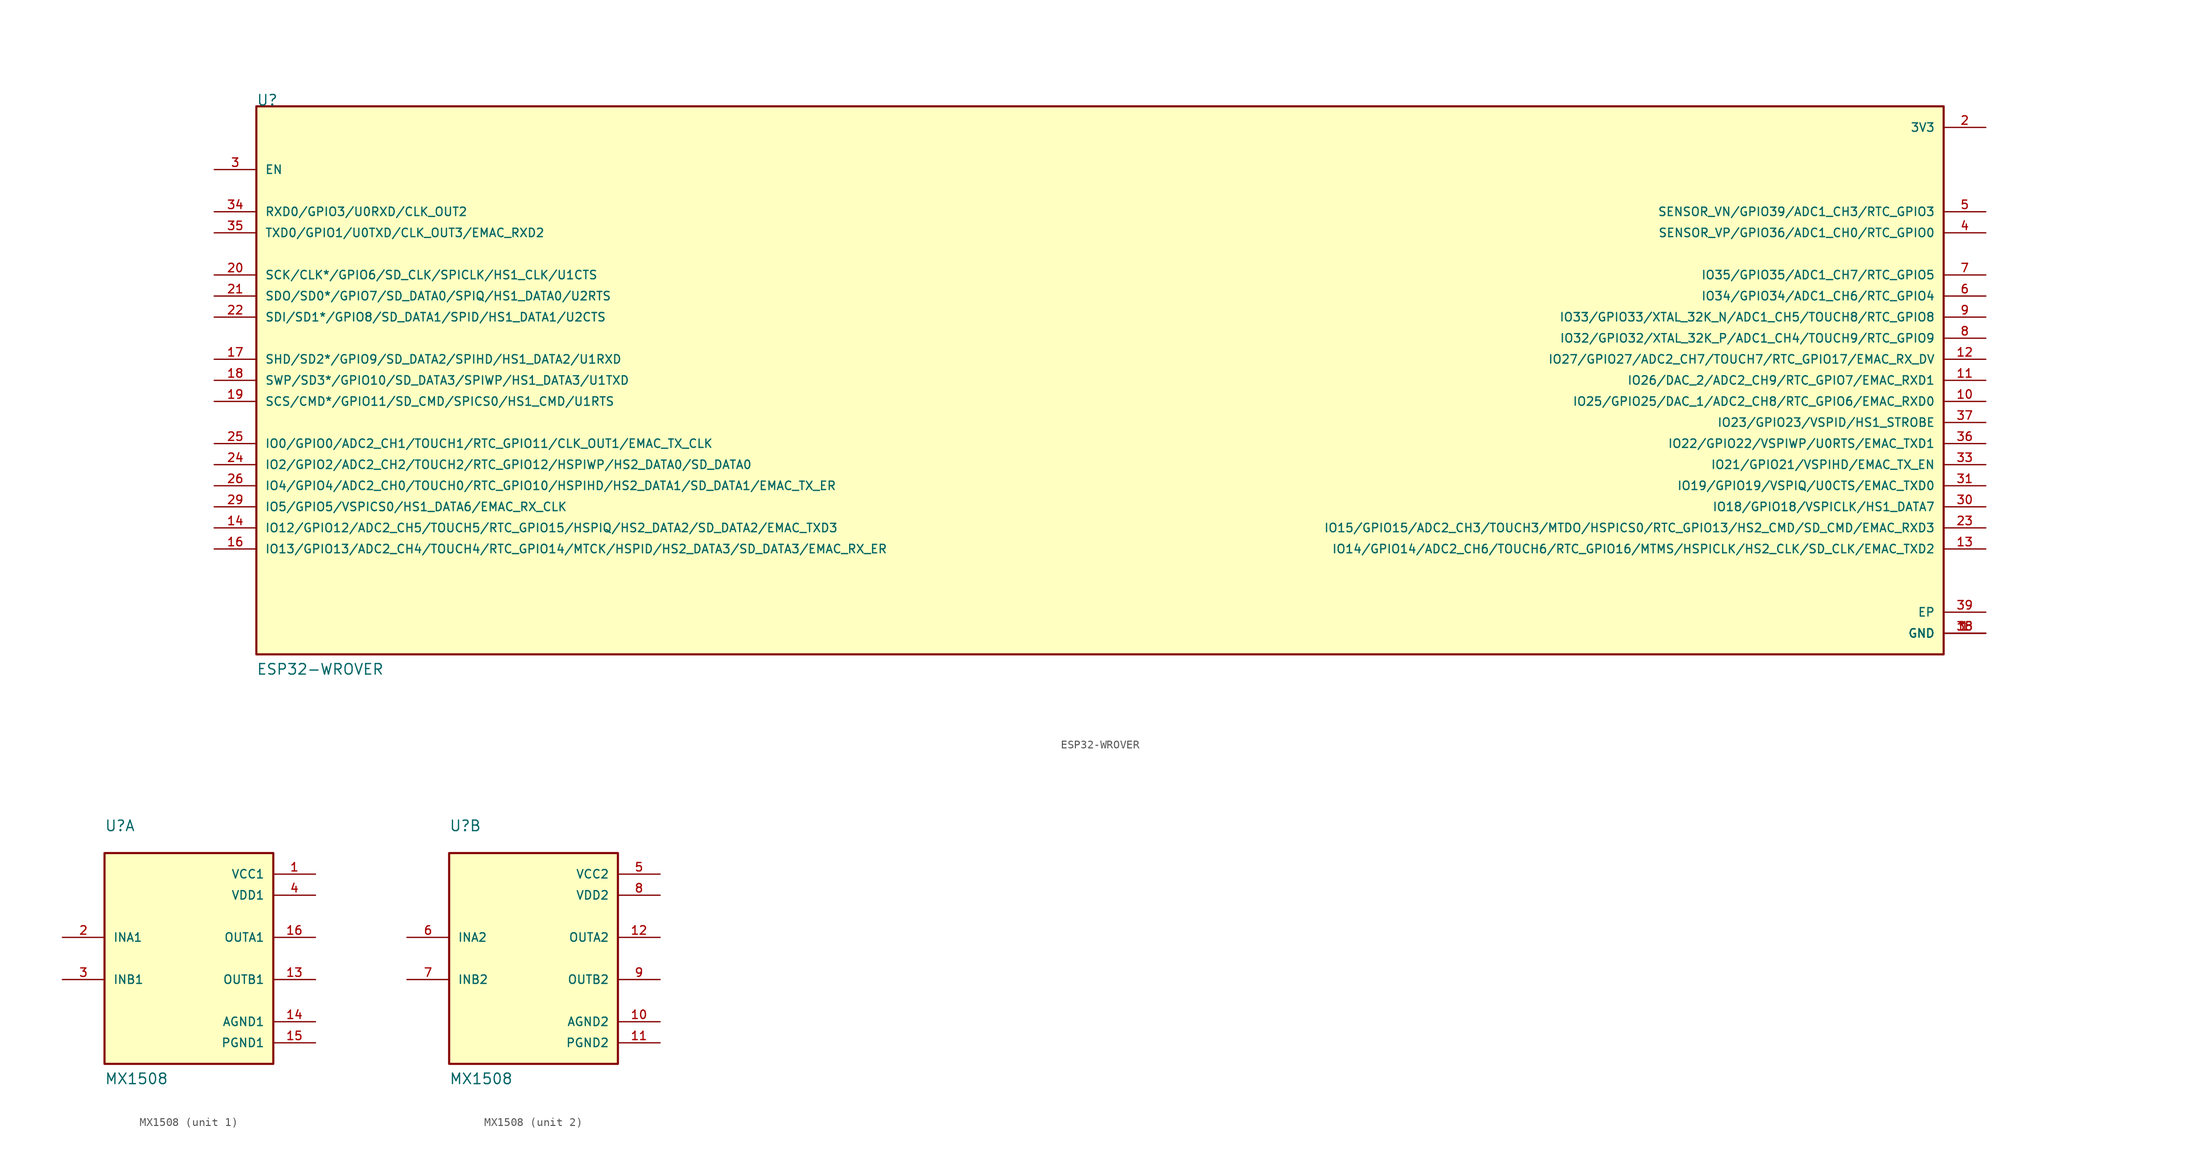
<source format=kicad_sym>
(kicad_symbol_lib
  (version 20211014)
  (generator kicad_symbol_editor)
  (symbol "ESP32-WROVER"
    (pin_names
      (offset 1.016))
    (property "Reference" "U"
      (at -101.6 33.02 0)
      (effects (font (size 1.27 1.27)) (justify left bottom)))
    (property "Value" "ESP32-WROVER"
      (at -101.6 -35.56 0)
      (effects (font (size 1.27 1.27)) (justify left bottom)))
    (property "ki_locked" ""
      (at 0 0 0)
      (effects (font (size 1.27 1.27))))
    (symbol "ESP32-WROVER_0_0"
      (rectangle (start -101.6 -33.02) (end 101.6 33.02) (stroke (width 0.254) (type default) (color 0 0 0 0)) (fill (type background)))
      (pin power_in line (at 106.68 -30.48 180) (length 5.08) (name "GND" (effects (font (size 1.016 1.016)))) (number "1" (effects (font (size 1.016 1.016)))))
      (pin bidirectional line (at 106.68 -2.54 180) (length 5.08) (name "IO25/GPIO25/DAC_1/ADC2_CH8/RTC_GPIO6/EMAC_RXD0" (effects (font (size 1.016 1.016)))) (number "10" (effects (font (size 1.016 1.016)))))
      (pin bidirectional line (at 106.68 0 180) (length 5.08) (name "IO26/DAC_2/ADC2_CH9/RTC_GPIO7/EMAC_RXD1" (effects (font (size 1.016 1.016)))) (number "11" (effects (font (size 1.016 1.016)))))
      (pin bidirectional line (at 106.68 2.54 180) (length 5.08) (name "IO27/GPIO27/ADC2_CH7/TOUCH7/RTC_GPIO17/EMAC_RX_DV" (effects (font (size 1.016 1.016)))) (number "12" (effects (font (size 1.016 1.016)))))
      (pin bidirectional line (at 106.68 -20.32 180) (length 5.08) (name "IO14/GPIO14/ADC2_CH6/TOUCH6/RTC_GPIO16/MTMS/HSPICLK/HS2_CLK/SD_CLK/EMAC_TXD2" (effects (font (size 1.016 1.016)))) (number "13" (effects (font (size 1.016 1.016)))))
      (pin bidirectional line (at -106.68 -17.78 0) (length 5.08) (name "IO12/GPIO12/ADC2_CH5/TOUCH5/RTC_GPIO15/HSPIQ/HS2_DATA2/SD_DATA2/EMAC_TXD3" (effects (font (size 1.016 1.016)))) (number "14" (effects (font (size 1.016 1.016)))))
      (pin power_in line (at 106.68 -30.48 180) (length 5.08) (name "GND" (effects (font (size 1.016 1.016)))) (number "15" (effects (font (size 1.016 1.016)))))
      (pin bidirectional line (at -106.68 -20.32 0) (length 5.08) (name "IO13/GPIO13/ADC2_CH4/TOUCH4/RTC_GPIO14/MTCK/HSPID/HS2_DATA3/SD_DATA3/EMAC_RX_ER" (effects (font (size 1.016 1.016)))) (number "16" (effects (font (size 1.016 1.016)))))
      (pin bidirectional line (at -106.68 2.54 0) (length 5.08) (name "SHD/SD2*/GPIO9/SD_DATA2/SPIHD/HS1_DATA2/U1RXD" (effects (font (size 1.016 1.016)))) (number "17" (effects (font (size 1.016 1.016)))))
      (pin bidirectional line (at -106.68 0 0) (length 5.08) (name "SWP/SD3*/GPIO10/SD_DATA3/SPIWP/HS1_DATA3/U1TXD" (effects (font (size 1.016 1.016)))) (number "18" (effects (font (size 1.016 1.016)))))
      (pin bidirectional line (at -106.68 -2.54 0) (length 5.08) (name "SCS/CMD*/GPIO11/SD_CMD/SPICS0/HS1_CMD/U1RTS" (effects (font (size 1.016 1.016)))) (number "19" (effects (font (size 1.016 1.016)))))
      (pin power_in line (at 106.68 30.48 180) (length 5.08) (name "3V3" (effects (font (size 1.016 1.016)))) (number "2" (effects (font (size 1.016 1.016)))))
      (pin bidirectional line (at -106.68 12.7 0) (length 5.08) (name "SCK/CLK*/GPIO6/SD_CLK/SPICLK/HS1_CLK/U1CTS" (effects (font (size 1.016 1.016)))) (number "20" (effects (font (size 1.016 1.016)))))
      (pin bidirectional line (at -106.68 10.16 0) (length 5.08) (name "SDO/SD0*/GPIO7/SD_DATA0/SPIQ/HS1_DATA0/U2RTS" (effects (font (size 1.016 1.016)))) (number "21" (effects (font (size 1.016 1.016)))))
      (pin bidirectional line (at -106.68 7.62 0) (length 5.08) (name "SDI/SD1*/GPIO8/SD_DATA1/SPID/HS1_DATA1/U2CTS" (effects (font (size 1.016 1.016)))) (number "22" (effects (font (size 1.016 1.016)))))
      (pin bidirectional line (at 106.68 -17.78 180) (length 5.08) (name "IO15/GPIO15/ADC2_CH3/TOUCH3/MTDO/HSPICS0/RTC_GPIO13/HS2_CMD/SD_CMD/EMAC_RXD3" (effects (font (size 1.016 1.016)))) (number "23" (effects (font (size 1.016 1.016)))))
      (pin bidirectional line (at -106.68 -10.16 0) (length 5.08) (name "IO2/GPIO2/ADC2_CH2/TOUCH2/RTC_GPIO12/HSPIWP/HS2_DATA0/SD_DATA0" (effects (font (size 1.016 1.016)))) (number "24" (effects (font (size 1.016 1.016)))))
      (pin bidirectional line (at -106.68 -7.62 0) (length 5.08) (name "IO0/GPIO0/ADC2_CH1/TOUCH1/RTC_GPIO11/CLK_OUT1/EMAC_TX_CLK" (effects (font (size 1.016 1.016)))) (number "25" (effects (font (size 1.016 1.016)))))
      (pin bidirectional line (at -106.68 -12.7 0) (length 5.08) (name "IO4/GPIO4/ADC2_CH0/TOUCH0/RTC_GPIO10/HSPIHD/HS2_DATA1/SD_DATA1/EMAC_TX_ER" (effects (font (size 1.016 1.016)))) (number "26" (effects (font (size 1.016 1.016)))))
      (pin bidirectional line (at -106.68 -15.24 0) (length 5.08) (name "IO5/GPIO5/VSPICS0/HS1_DATA6/EMAC_RX_CLK" (effects (font (size 1.016 1.016)))) (number "29" (effects (font (size 1.016 1.016)))))
      (pin input line (at -106.68 25.4 0) (length 5.08) (name "EN" (effects (font (size 1.016 1.016)))) (number "3" (effects (font (size 1.016 1.016)))))
      (pin bidirectional line (at 106.68 -15.24 180) (length 5.08) (name "IO18/GPIO18/VSPICLK/HS1_DATA7" (effects (font (size 1.016 1.016)))) (number "30" (effects (font (size 1.016 1.016)))))
      (pin bidirectional line (at 106.68 -12.7 180) (length 5.08) (name "IO19/GPIO19/VSPIQ/U0CTS/EMAC_TXD0" (effects (font (size 1.016 1.016)))) (number "31" (effects (font (size 1.016 1.016)))))
      (pin bidirectional line (at 106.68 -10.16 180) (length 5.08) (name "IO21/GPIO21/VSPIHD/EMAC_TX_EN" (effects (font (size 1.016 1.016)))) (number "33" (effects (font (size 1.016 1.016)))))
      (pin bidirectional line (at -106.68 20.32 0) (length 5.08) (name "RXD0/GPIO3/U0RXD/CLK_OUT2" (effects (font (size 1.016 1.016)))) (number "34" (effects (font (size 1.016 1.016)))))
      (pin bidirectional line (at -106.68 17.78 0) (length 5.08) (name "TXD0/GPIO1/U0TXD/CLK_OUT3/EMAC_RXD2" (effects (font (size 1.016 1.016)))) (number "35" (effects (font (size 1.016 1.016)))))
      (pin bidirectional line (at 106.68 -7.62 180) (length 5.08) (name "IO22/GPIO22/VSPIWP/U0RTS/EMAC_TXD1" (effects (font (size 1.016 1.016)))) (number "36" (effects (font (size 1.016 1.016)))))
      (pin bidirectional line (at 106.68 -5.08 180) (length 5.08) (name "IO23/GPIO23/VSPID/HS1_STROBE" (effects (font (size 1.016 1.016)))) (number "37" (effects (font (size 1.016 1.016)))))
      (pin power_in line (at 106.68 -30.48 180) (length 5.08) (name "GND" (effects (font (size 1.016 1.016)))) (number "38" (effects (font (size 1.016 1.016)))))
      (pin power_in line (at 106.68 -27.94 180) (length 5.08) (name "EP" (effects (font (size 1.016 1.016)))) (number "39" (effects (font (size 1.016 1.016)))))
      (pin bidirectional line (at 106.68 17.78 180) (length 5.08) (name "SENSOR_VP/GPIO36/ADC1_CH0/RTC_GPIO0" (effects (font (size 1.016 1.016)))) (number "4" (effects (font (size 1.016 1.016)))))
      (pin bidirectional line (at 106.68 20.32 180) (length 5.08) (name "SENSOR_VN/GPIO39/ADC1_CH3/RTC_GPIO3" (effects (font (size 1.016 1.016)))) (number "5" (effects (font (size 1.016 1.016)))))
      (pin bidirectional line (at 106.68 10.16 180) (length 5.08) (name "IO34/GPIO34/ADC1_CH6/RTC_GPIO4" (effects (font (size 1.016 1.016)))) (number "6" (effects (font (size 1.016 1.016)))))
      (pin bidirectional line (at 106.68 12.7 180) (length 5.08) (name "IO35/GPIO35/ADC1_CH7/RTC_GPIO5" (effects (font (size 1.016 1.016)))) (number "7" (effects (font (size 1.016 1.016)))))
      (pin bidirectional line (at 106.68 5.08 180) (length 5.08) (name "IO32/GPIO32/XTAL_32K_P/ADC1_CH4/TOUCH9/RTC_GPIO9" (effects (font (size 1.016 1.016)))) (number "8" (effects (font (size 1.016 1.016)))))
      (pin bidirectional line (at 106.68 7.62 180) (length 5.08) (name "IO33/GPIO33/XTAL_32K_N/ADC1_CH5/TOUCH8/RTC_GPIO8" (effects (font (size 1.016 1.016)))) (number "9" (effects (font (size 1.016 1.016)))))))
  (symbol "MX1508"
    (pin_names
      (offset 1.016))
    (property "Reference" "U"
      (at -10.16 15.24 0)
      (effects (font (size 1.27 1.27)) (justify left bottom)))
    (property "Value" "MX1508"
      (at -10.16 -15.24 0)
      (effects (font (size 1.27 1.27)) (justify left bottom)))
    (property "ki_locked" ""
      (at 0 0 0)
      (effects (font (size 1.27 1.27))))
    (symbol "MX1508_1_0"
      (rectangle (start -10.16 -12.7) (end 10.16 12.7) (stroke (width 0.254) (type default) (color 0 0 0 0)) (fill (type background)))
      (pin power_in line (at 15.24 10.16 180) (length 5.08) (name "VCC1" (effects (font (size 1.016 1.016)))) (number "1" (effects (font (size 1.016 1.016)))))
      (pin output line (at 15.24 -2.54 180) (length 5.08) (name "OUTB1" (effects (font (size 1.016 1.016)))) (number "13" (effects (font (size 1.016 1.016)))))
      (pin power_in line (at 15.24 -7.62 180) (length 5.08) (name "AGND1" (effects (font (size 1.016 1.016)))) (number "14" (effects (font (size 1.016 1.016)))))
      (pin power_in line (at 15.24 -10.16 180) (length 5.08) (name "PGND1" (effects (font (size 1.016 1.016)))) (number "15" (effects (font (size 1.016 1.016)))))
      (pin output line (at 15.24 2.54 180) (length 5.08) (name "OUTA1" (effects (font (size 1.016 1.016)))) (number "16" (effects (font (size 1.016 1.016)))))
      (pin input line (at -15.24 2.54 0) (length 5.08) (name "INA1" (effects (font (size 1.016 1.016)))) (number "2" (effects (font (size 1.016 1.016)))))
      (pin input line (at -15.24 -2.54 0) (length 5.08) (name "INB1" (effects (font (size 1.016 1.016)))) (number "3" (effects (font (size 1.016 1.016)))))
      (pin power_in line (at 15.24 7.62 180) (length 5.08) (name "VDD1" (effects (font (size 1.016 1.016)))) (number "4" (effects (font (size 1.016 1.016))))))
    (symbol "MX1508_2_0"
      (rectangle (start -10.16 -12.7) (end 10.16 12.7) (stroke (width 0.254) (type default) (color 0 0 0 0)) (fill (type background)))
      (pin power_in line (at 15.24 -7.62 180) (length 5.08) (name "AGND2" (effects (font (size 1.016 1.016)))) (number "10" (effects (font (size 1.016 1.016)))))
      (pin power_in line (at 15.24 -10.16 180) (length 5.08) (name "PGND2" (effects (font (size 1.016 1.016)))) (number "11" (effects (font (size 1.016 1.016)))))
      (pin output line (at 15.24 2.54 180) (length 5.08) (name "OUTA2" (effects (font (size 1.016 1.016)))) (number "12" (effects (font (size 1.016 1.016)))))
      (pin power_in line (at 15.24 10.16 180) (length 5.08) (name "VCC2" (effects (font (size 1.016 1.016)))) (number "5" (effects (font (size 1.016 1.016)))))
      (pin input line (at -15.24 2.54 0) (length 5.08) (name "INA2" (effects (font (size 1.016 1.016)))) (number "6" (effects (font (size 1.016 1.016)))))
      (pin input line (at -15.24 -2.54 0) (length 5.08) (name "INB2" (effects (font (size 1.016 1.016)))) (number "7" (effects (font (size 1.016 1.016)))))
      (pin power_in line (at 15.24 7.62 180) (length 5.08) (name "VDD2" (effects (font (size 1.016 1.016)))) (number "8" (effects (font (size 1.016 1.016)))))
      (pin output line (at 15.24 -2.54 180) (length 5.08) (name "OUTB2" (effects (font (size 1.016 1.016)))) (number "9" (effects (font (size 1.016 1.016))))))))
</source>
